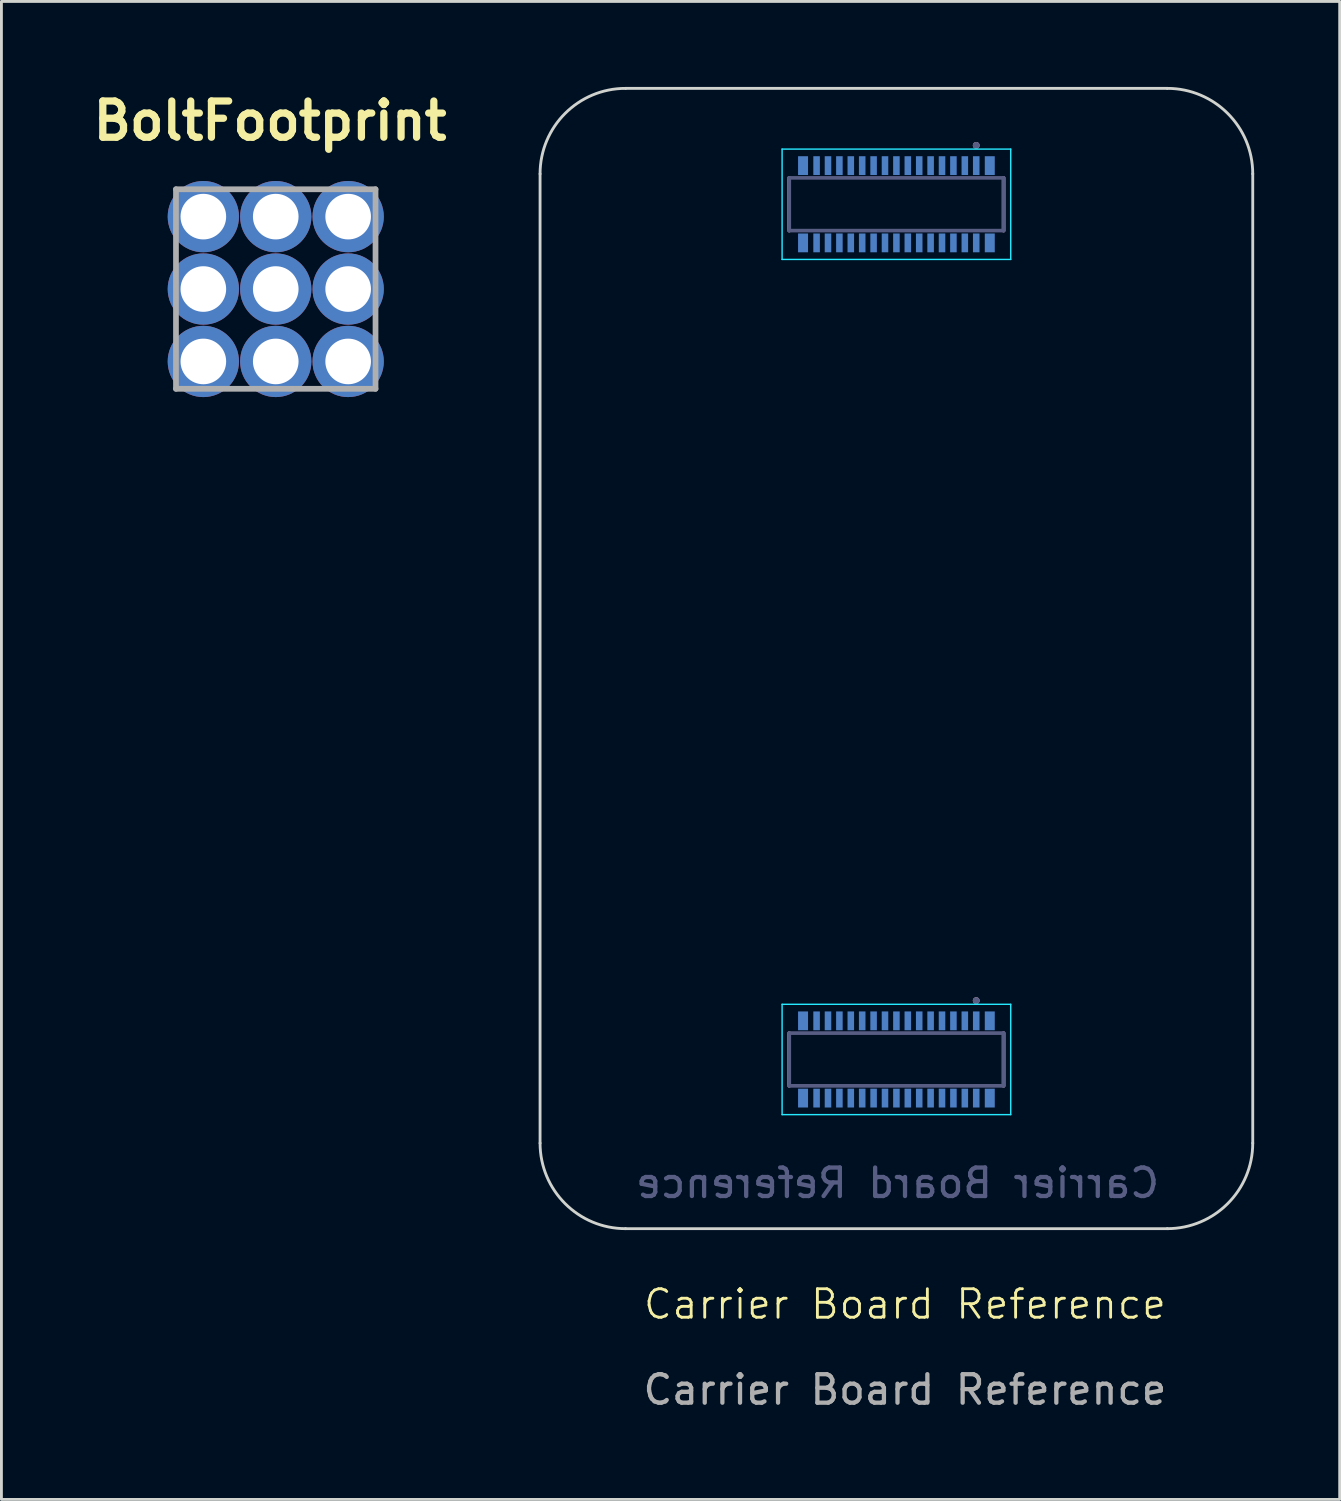
<source format=kicad_pcb>
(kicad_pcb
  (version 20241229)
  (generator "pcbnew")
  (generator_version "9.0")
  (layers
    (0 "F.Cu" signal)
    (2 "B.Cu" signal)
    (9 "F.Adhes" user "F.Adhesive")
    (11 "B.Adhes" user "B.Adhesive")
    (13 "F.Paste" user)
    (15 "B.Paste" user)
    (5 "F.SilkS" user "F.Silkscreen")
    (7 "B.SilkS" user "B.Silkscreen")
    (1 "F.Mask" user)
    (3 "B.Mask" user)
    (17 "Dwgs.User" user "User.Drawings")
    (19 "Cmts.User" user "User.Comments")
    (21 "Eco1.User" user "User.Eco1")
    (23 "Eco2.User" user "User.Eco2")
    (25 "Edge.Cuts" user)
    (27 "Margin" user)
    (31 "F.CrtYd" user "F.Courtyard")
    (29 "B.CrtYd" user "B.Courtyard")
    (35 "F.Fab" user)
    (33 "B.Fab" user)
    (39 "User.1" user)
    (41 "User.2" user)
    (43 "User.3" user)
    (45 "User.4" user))
  (footprint "BoltFootprint"
    (layer "F.Cu")
    (at 6.623 7.089)
    (property "Reference" "BoltFootprint" (at -0.2 -5.9 0) (layer "F.SilkS") (effects (font (size 1.27 1.27) (thickness 0.254))))
    (attr through_hole)
    (fp_line (start -3.5 -3.5) (end 3.5 -3.5) (stroke (width 0.2) (type solid)) (layer "F.Fab"))
    (fp_line (start -3.5 3.5) (end -3.5 -3.5) (stroke (width 0.2) (type solid)) (layer "F.Fab"))
    (fp_line (start 3.5 -3.5) (end 3.5 3.5) (stroke (width 0.2) (type solid)) (layer "F.Fab"))
    (fp_line (start 3.5 3.5) (end -3.5 3.5) (stroke (width 0.2) (type solid)) (layer "F.Fab"))
    (pad "1" thru_hole circle (at -2.54 -2.54) (size 2.5 2.5) (drill 1.6) (layers "*.Cu" "*.Mask"))
    (pad "1" thru_hole circle (at -2.54 0) (size 2.5 2.5) (drill 1.6) (layers "*.Cu" "*.Mask"))
    (pad "1" thru_hole circle (at -2.54 2.54) (size 2.5 2.5) (drill 1.6) (layers "*.Cu" "*.Mask"))
    (pad "1" thru_hole circle (at 0 -2.54) (size 2.5 2.5) (drill 1.6) (layers "*.Cu" "*.Mask"))
    (pad "1" thru_hole circle (at 0 0) (size 2.5 2.5) (drill 1.6) (layers "*.Cu" "*.Mask"))
    (pad "1" thru_hole circle (at 0 2.54) (size 2.5 2.5) (drill 1.6) (layers "*.Cu" "*.Mask"))
    (pad "1" thru_hole circle (at 2.54 -2.54) (size 2.5 2.5) (drill 1.6) (layers "*.Cu" "*.Mask"))
    (pad "1" thru_hole circle (at 2.54 0) (size 2.5 2.5) (drill 1.6) (layers "*.Cu" "*.Mask"))
    (pad "1" thru_hole circle (at 2.54 2.54) (size 2.5 2.5) (drill 1.6) (layers "*.Cu" "*.Mask")))
  (footprint "Carrier Board Reference"
    (layer "F.Cu")
    (at 28.695 43.2)
    (property "Reference" "Carrier Board Reference" (at 0 -0.5 0) (unlocked yes) (layer "F.SilkS") (effects (font (size 1 1) (thickness 0.1))))
    (attr smd)
    (fp_line (start -4.06 -40.01) (end -4.06 -38.16) (stroke (width 0.127) (type solid)) (layer "B.SilkS"))
    (fp_line (start -4.06 -10.01) (end -4.06 -8.16) (stroke (width 0.127) (type solid)) (layer "B.SilkS"))
    (fp_line (start 3.46 -38.16) (end 3.46 -40.01) (stroke (width 0.127) (type solid)) (layer "B.SilkS"))
    (fp_line (start 3.46 -8.16) (end 3.46 -10.01) (stroke (width 0.127) (type solid)) (layer "B.SilkS"))
    (fp_circle (center 2.5 -41.15) (end 2.44 -41.15) (stroke (width 0.12) (type solid)) (fill no) (layer "B.SilkS"))
    (fp_circle (center 2.5 -11.15) (end 2.44 -11.15) (stroke (width 0.12) (type solid)) (fill no) (layer "B.SilkS"))
    (fp_line (start -12.8 -40.15) (end -12.8 -6.15) (stroke (width 0.1) (type default)) (layer "Edge.Cuts"))
    (fp_line (start -9.8 -43.15) (end 9.2 -43.15) (stroke (width 0.1) (type default)) (layer "Edge.Cuts"))
    (fp_line (start -9.8 -3.15) (end 9.2 -3.15) (stroke (width 0.1) (type default)) (layer "Edge.Cuts"))
    (fp_line (start 12.2 -40.15) (end 12.2 -6.15) (stroke (width 0.1) (type default)) (layer "Edge.Cuts"))
    (fp_arc (start -12.8 -40.15) (mid -11.92132 -42.27132) (end -9.8 -43.15) (stroke (width 0.1) (type default)) (layer "Edge.Cuts"))
    (fp_arc (start -9.8 -3.15) (mid -11.92132 -4.02868) (end -12.8 -6.15) (stroke (width 0.1) (type default)) (layer "Edge.Cuts"))
    (fp_arc (start 9.2 -43.15) (mid 11.32132 -42.27132) (end 12.2 -40.15) (stroke (width 0.1) (type default)) (layer "Edge.Cuts"))
    (fp_arc (start 12.2 -6.15) (mid 11.32132 -4.02868) (end 9.2 -3.15) (stroke (width 0.1) (type default)) (layer "Edge.Cuts"))
    (fp_line (start -4.31 -41.02) (end -4.31 -37.15) (stroke (width 0.05) (type solid)) (layer "B.CrtYd"))
    (fp_line (start -4.31 -37.15) (end 3.71 -37.15) (stroke (width 0.05) (type solid)) (layer "B.CrtYd"))
    (fp_line (start -4.31 -11.02) (end -4.31 -7.15) (stroke (width 0.05) (type solid)) (layer "B.CrtYd"))
    (fp_line (start -4.31 -7.15) (end 3.71 -7.15) (stroke (width 0.05) (type solid)) (layer "B.CrtYd"))
    (fp_line (start 3.71 -41.02) (end -4.31 -41.02) (stroke (width 0.05) (type solid)) (layer "B.CrtYd"))
    (fp_line (start 3.71 -37.15) (end 3.71 -41.02) (stroke (width 0.05) (type solid)) (layer "B.CrtYd"))
    (fp_line (start 3.71 -11.02) (end -4.31 -11.02) (stroke (width 0.05) (type solid)) (layer "B.CrtYd"))
    (fp_line (start 3.71 -7.15) (end 3.71 -11.02) (stroke (width 0.05) (type solid)) (layer "B.CrtYd"))
    (fp_line (start -4.06 -40.01) (end -4.06 -38.16) (stroke (width 0.127) (type solid)) (layer "B.Fab"))
    (fp_line (start -4.06 -38.16) (end 3.46 -38.16) (stroke (width 0.127) (type solid)) (layer "B.Fab"))
    (fp_line (start -4.06 -10.01) (end -4.06 -8.16) (stroke (width 0.127) (type solid)) (layer "B.Fab"))
    (fp_line (start -4.06 -8.16) (end 3.46 -8.16) (stroke (width 0.127) (type solid)) (layer "B.Fab"))
    (fp_line (start 3.46 -40.01) (end -4.06 -40.01) (stroke (width 0.127) (type solid)) (layer "B.Fab"))
    (fp_line (start 3.46 -38.16) (end 3.46 -40.01) (stroke (width 0.127) (type solid)) (layer "B.Fab"))
    (fp_line (start 3.46 -10.01) (end -4.06 -10.01) (stroke (width 0.127) (type solid)) (layer "B.Fab"))
    (fp_line (start 3.46 -8.16) (end 3.46 -10.01) (stroke (width 0.127) (type solid)) (layer "B.Fab"))
    (fp_circle (center 2.5 -41.15) (end 2.44 -41.15) (stroke (width 0.12) (type solid)) (fill no) (layer "B.Fab"))
    (fp_circle (center 2.5 -11.15) (end 2.44 -11.15) (stroke (width 0.12) (type solid)) (fill no) (layer "B.Fab"))
    (fp_text user "${REFERENCE}" (at -0.26 -4.75 0) (unlocked yes) (layer "B.Fab") (effects (font (size 1 1) (thickness 0.15)) (justify mirror)))
    (fp_text user "${REFERENCE}" (at 0 2.5 0) (unlocked yes) (layer "F.Fab") (effects (font (size 1 1) (thickness 0.15))))
    (pad "1" smd rect (at 2.5 -40.44 180) (size 0.23 0.66) (layers "B.Cu" "B.Mask" "B.Paste"))
    (pad "1" smd rect (at 2.5 -10.44 180) (size 0.23 0.66) (layers "B.Cu" "B.Mask" "B.Paste"))
    (pad "2" smd rect (at 2.5 -37.73 180) (size 0.23 0.66) (layers "B.Cu" "B.Mask" "B.Paste"))
    (pad "2" smd rect (at 2.5 -7.73 180) (size 0.23 0.66) (layers "B.Cu" "B.Mask" "B.Paste"))
    (pad "3" smd rect (at 2.1 -40.44 180) (size 0.23 0.66) (layers "B.Cu" "B.Mask" "B.Paste"))
    (pad "3" smd rect (at 2.1 -10.44 180) (size 0.23 0.66) (layers "B.Cu" "B.Mask" "B.Paste"))
    (pad "4" smd rect (at 2.1 -37.73 180) (size 0.23 0.66) (layers "B.Cu" "B.Mask" "B.Paste"))
    (pad "4" smd rect (at 2.1 -7.73 180) (size 0.23 0.66) (layers "B.Cu" "B.Mask" "B.Paste"))
    (pad "5" smd rect (at 1.7 -40.44 180) (size 0.23 0.66) (layers "B.Cu" "B.Mask" "B.Paste"))
    (pad "5" smd rect (at 1.7 -10.44 180) (size 0.23 0.66) (layers "B.Cu" "B.Mask" "B.Paste"))
    (pad "6" smd rect (at 1.7 -37.73 180) (size 0.23 0.66) (layers "B.Cu" "B.Mask" "B.Paste"))
    (pad "6" smd rect (at 1.7 -7.73 180) (size 0.23 0.66) (layers "B.Cu" "B.Mask" "B.Paste"))
    (pad "7" smd rect (at 1.3 -40.44 180) (size 0.23 0.66) (layers "B.Cu" "B.Mask" "B.Paste"))
    (pad "7" smd rect (at 1.3 -10.44 180) (size 0.23 0.66) (layers "B.Cu" "B.Mask" "B.Paste"))
    (pad "8" smd rect (at 1.3 -37.73 180) (size 0.23 0.66) (layers "B.Cu" "B.Mask" "B.Paste"))
    (pad "8" smd rect (at 1.3 -7.73 180) (size 0.23 0.66) (layers "B.Cu" "B.Mask" "B.Paste"))
    (pad "9" smd rect (at 0.9 -40.44 180) (size 0.23 0.66) (layers "B.Cu" "B.Mask" "B.Paste"))
    (pad "9" smd rect (at 0.9 -10.44 180) (size 0.23 0.66) (layers "B.Cu" "B.Mask" "B.Paste"))
    (pad "10" smd rect (at 0.9 -37.73 180) (size 0.23 0.66) (layers "B.Cu" "B.Mask" "B.Paste"))
    (pad "10" smd rect (at 0.9 -7.73 180) (size 0.23 0.66) (layers "B.Cu" "B.Mask" "B.Paste"))
    (pad "11" smd rect (at 0.5 -40.44 180) (size 0.23 0.66) (layers "B.Cu" "B.Mask" "B.Paste"))
    (pad "11" smd rect (at 0.5 -10.44 180) (size 0.23 0.66) (layers "B.Cu" "B.Mask" "B.Paste"))
    (pad "12" smd rect (at 0.5 -37.73 180) (size 0.23 0.66) (layers "B.Cu" "B.Mask" "B.Paste"))
    (pad "12" smd rect (at 0.5 -7.73 180) (size 0.23 0.66) (layers "B.Cu" "B.Mask" "B.Paste"))
    (pad "13" smd rect (at 0.1 -40.44 180) (size 0.23 0.66) (layers "B.Cu" "B.Mask" "B.Paste"))
    (pad "13" smd rect (at 0.1 -10.44 180) (size 0.23 0.66) (layers "B.Cu" "B.Mask" "B.Paste"))
    (pad "14" smd rect (at 0.1 -37.73 180) (size 0.23 0.66) (layers "B.Cu" "B.Mask" "B.Paste"))
    (pad "14" smd rect (at 0.1 -7.73 180) (size 0.23 0.66) (layers "B.Cu" "B.Mask" "B.Paste"))
    (pad "15" smd rect (at -0.3 -40.44 180) (size 0.23 0.66) (layers "B.Cu" "B.Mask" "B.Paste"))
    (pad "15" smd rect (at -0.3 -10.44 180) (size 0.23 0.66) (layers "B.Cu" "B.Mask" "B.Paste"))
    (pad "16" smd rect (at -0.3 -37.73 180) (size 0.23 0.66) (layers "B.Cu" "B.Mask" "B.Paste"))
    (pad "16" smd rect (at -0.3 -7.73 180) (size 0.23 0.66) (layers "B.Cu" "B.Mask" "B.Paste"))
    (pad "17" smd rect (at -0.7 -40.44 180) (size 0.23 0.66) (layers "B.Cu" "B.Mask" "B.Paste"))
    (pad "17" smd rect (at -0.7 -10.44 180) (size 0.23 0.66) (layers "B.Cu" "B.Mask" "B.Paste"))
    (pad "18" smd rect (at -0.7 -37.73 180) (size 0.23 0.66) (layers "B.Cu" "B.Mask" "B.Paste"))
    (pad "18" smd rect (at -0.7 -7.73 180) (size 0.23 0.66) (layers "B.Cu" "B.Mask" "B.Paste"))
    (pad "19" smd rect (at -1.1 -40.44 180) (size 0.23 0.66) (layers "B.Cu" "B.Mask" "B.Paste"))
    (pad "19" smd rect (at -1.1 -10.44 180) (size 0.23 0.66) (layers "B.Cu" "B.Mask" "B.Paste"))
    (pad "20" smd rect (at -1.1 -37.73 180) (size 0.23 0.66) (layers "B.Cu" "B.Mask" "B.Paste"))
    (pad "20" smd rect (at -1.1 -7.73 180) (size 0.23 0.66) (layers "B.Cu" "B.Mask" "B.Paste"))
    (pad "21" smd rect (at -1.5 -40.44 180) (size 0.23 0.66) (layers "B.Cu" "B.Mask" "B.Paste"))
    (pad "21" smd rect (at -1.5 -10.44 180) (size 0.23 0.66) (layers "B.Cu" "B.Mask" "B.Paste"))
    (pad "22" smd rect (at -1.5 -37.73 180) (size 0.23 0.66) (layers "B.Cu" "B.Mask" "B.Paste"))
    (pad "22" smd rect (at -1.5 -7.73 180) (size 0.23 0.66) (layers "B.Cu" "B.Mask" "B.Paste"))
    (pad "23" smd rect (at -1.9 -40.44 180) (size 0.23 0.66) (layers "B.Cu" "B.Mask" "B.Paste"))
    (pad "23" smd rect (at -1.9 -10.44 180) (size 0.23 0.66) (layers "B.Cu" "B.Mask" "B.Paste"))
    (pad "24" smd rect (at -1.9 -37.73 180) (size 0.23 0.66) (layers "B.Cu" "B.Mask" "B.Paste"))
    (pad "24" smd rect (at -1.9 -7.73 180) (size 0.23 0.66) (layers "B.Cu" "B.Mask" "B.Paste"))
    (pad "25" smd rect (at -2.3 -40.44 180) (size 0.23 0.66) (layers "B.Cu" "B.Mask" "B.Paste"))
    (pad "25" smd rect (at -2.3 -10.44 180) (size 0.23 0.66) (layers "B.Cu" "B.Mask" "B.Paste"))
    (pad "26" smd rect (at -2.3 -37.73 180) (size 0.23 0.66) (layers "B.Cu" "B.Mask" "B.Paste"))
    (pad "26" smd rect (at -2.3 -7.73 180) (size 0.23 0.66) (layers "B.Cu" "B.Mask" "B.Paste"))
    (pad "27" smd rect (at -2.7 -40.44 180) (size 0.23 0.66) (layers "B.Cu" "B.Mask" "B.Paste"))
    (pad "27" smd rect (at -2.7 -10.44 180) (size 0.23 0.66) (layers "B.Cu" "B.Mask" "B.Paste"))
    (pad "28" smd rect (at -2.7 -37.73 180) (size 0.23 0.66) (layers "B.Cu" "B.Mask" "B.Paste"))
    (pad "28" smd rect (at -2.7 -7.73 180) (size 0.23 0.66) (layers "B.Cu" "B.Mask" "B.Paste"))
    (pad "29" smd rect (at -3.1 -40.44 180) (size 0.23 0.66) (layers "B.Cu" "B.Mask" "B.Paste"))
    (pad "29" smd rect (at -3.1 -10.44 180) (size 0.23 0.66) (layers "B.Cu" "B.Mask" "B.Paste"))
    (pad "30" smd rect (at -3.1 -37.73 180) (size 0.23 0.66) (layers "B.Cu" "B.Mask" "B.Paste"))
    (pad "30" smd rect (at -3.1 -7.73 180) (size 0.23 0.66) (layers "B.Cu" "B.Mask" "B.Paste"))
    (pad "S1" smd rect (at 2.975 -40.44 180) (size 0.35 0.66) (layers "B.Cu" "B.Mask" "B.Paste"))
    (pad "S1" smd rect (at 2.975 -10.44 180) (size 0.35 0.66) (layers "B.Cu" "B.Mask" "B.Paste"))
    (pad "S2" smd rect (at 2.975 -37.73 180) (size 0.35 0.66) (layers "B.Cu" "B.Mask" "B.Paste"))
    (pad "S2" smd rect (at 2.975 -7.73 180) (size 0.35 0.66) (layers "B.Cu" "B.Mask" "B.Paste"))
    (pad "S3" smd rect (at -3.575 -40.44 180) (size 0.35 0.66) (layers "B.Cu" "B.Mask" "B.Paste"))
    (pad "S3" smd rect (at -3.575 -10.44 180) (size 0.35 0.66) (layers "B.Cu" "B.Mask" "B.Paste"))
    (pad "S4" smd rect (at -3.575 -37.73 180) (size 0.35 0.66) (layers "B.Cu" "B.Mask" "B.Paste"))
    (pad "S4" smd rect (at -3.575 -7.73 180) (size 0.35 0.66) (layers "B.Cu" "B.Mask" "B.Paste")))
  (gr_rect
    (start -3 -3)
    (end 43.945 49.548)
    (stroke (width 0.1) (type default))
    (fill no)
    (layer "Edge.Cuts")))
</source>
